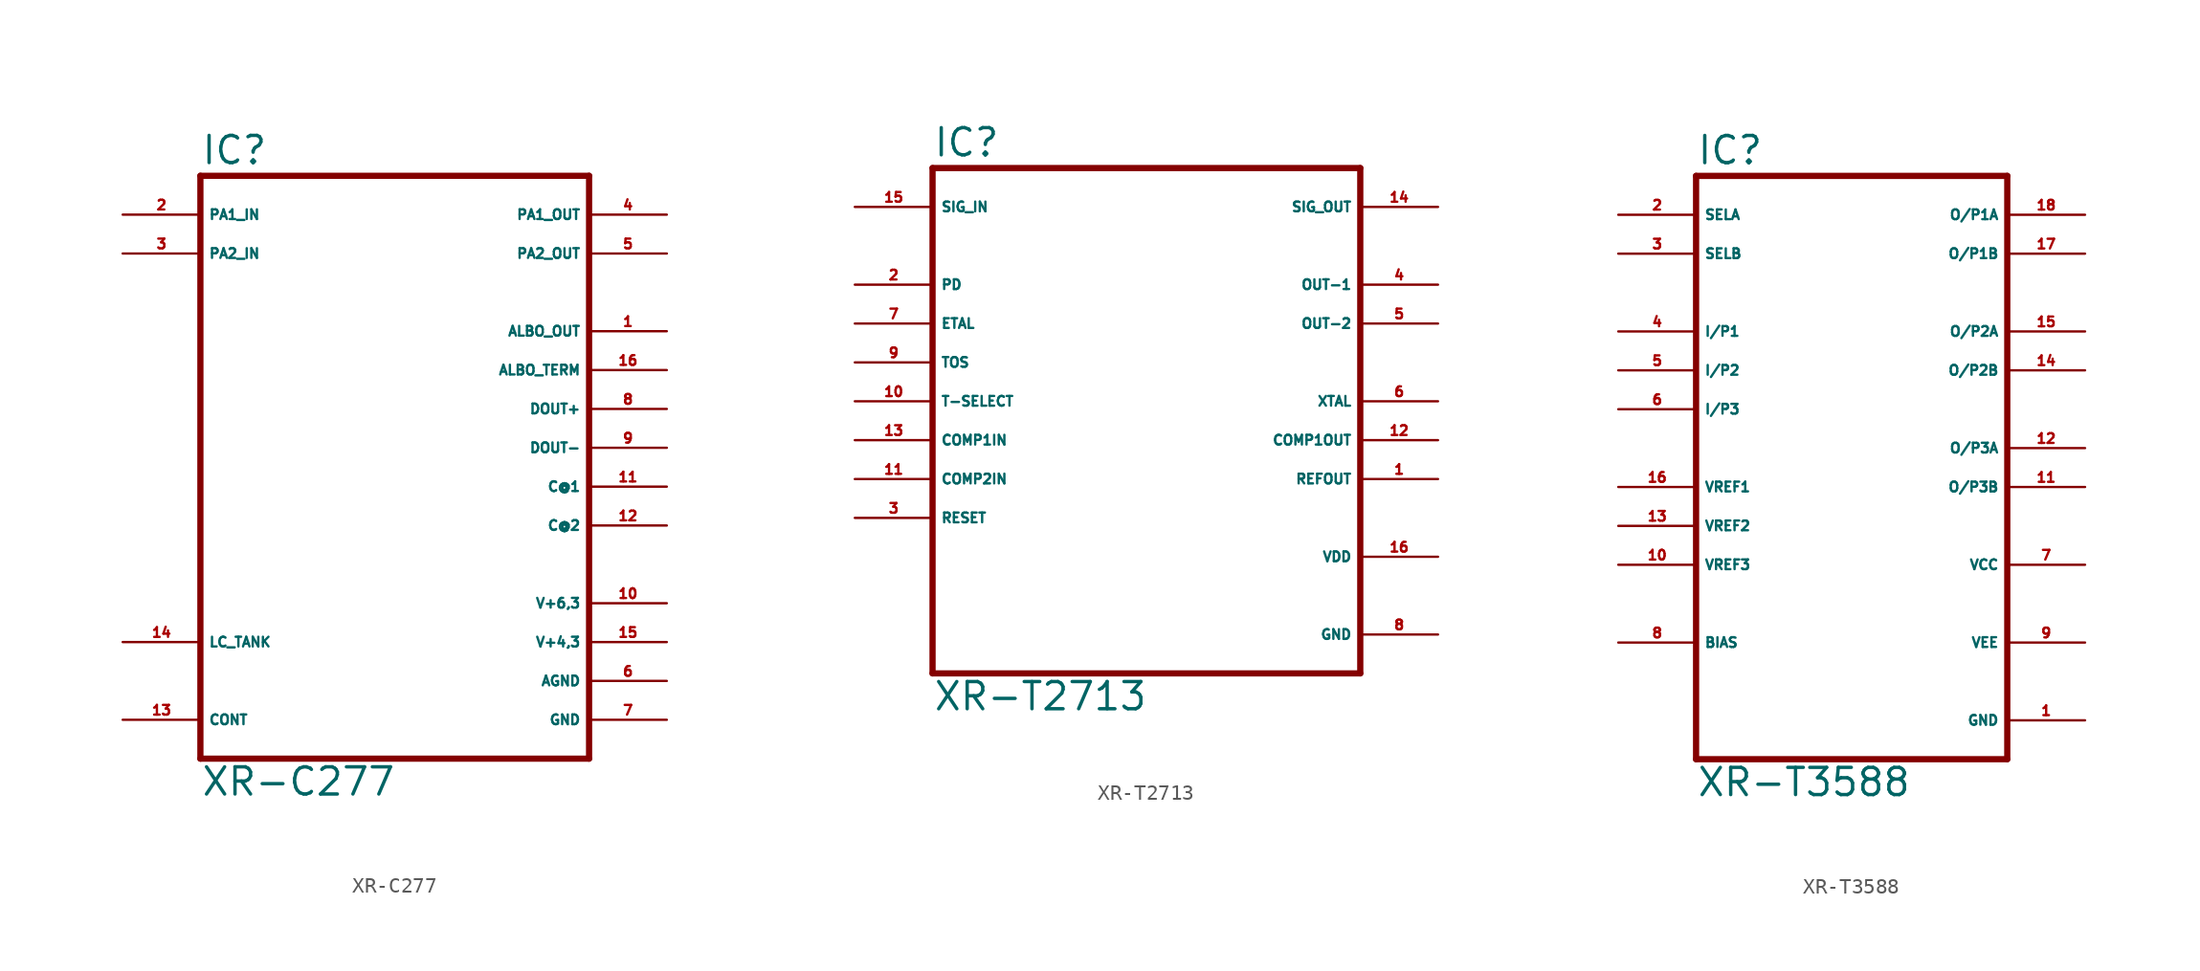
<source format=kicad_sym>
(kicad_symbol_lib
  (version 20220914)
  (generator Eagle2Kicad)
  (symbol "XR-C277"
    (property "Reference" "IC"
      (at -12.7 20.955 0)
      (effects (font (size 1.778 1.778) (thickness 0.22)) (justify left bottom)))
    (property "Value" "XR-C277"
      (at -12.7 -20.32 0)
      (effects (font (size 1.778 1.778) (thickness 0.22)) (justify left bottom)))
    (polyline
      (pts (xy 12.7 -17.78) (xy -12.7 -17.78))
      (stroke (width 0.406) (type default))
      (fill (type none)))
    (polyline
      (pts (xy -12.7 -17.78) (xy -12.7 20.32))
      (stroke (width 0.406) (type default))
      (fill (type none)))
    (polyline
      (pts (xy -12.7 20.32) (xy 12.7 20.32))
      (stroke (width 0.406) (type default))
      (fill (type none)))
    (polyline
      (pts (xy 12.7 20.32) (xy 12.7 -17.78))
      (stroke (width 0.406) (type default))
      (fill (type none)))
    (pin input line
      (at -17.78 17.78 0)
      (length 5.08)
      (name "PA1_IN" (effects (font (size 0.635 0.635) (thickness 0.08)) (justify left bottom)))
      (number "2" (effects (font (size 0.635 0.635) (thickness 0.08)) (justify left bottom))))
    (pin input line
      (at -17.78 15.24 0)
      (length 5.08)
      (name "PA2_IN" (effects (font (size 0.635 0.635) (thickness 0.08)) (justify left bottom)))
      (number "3" (effects (font (size 0.635 0.635) (thickness 0.08)) (justify left bottom))))
    (pin output line
      (at 17.78 2.54 180)
      (length 5.08)
      (name "DOUT-" (effects (font (size 0.635 0.635) (thickness 0.08)) (justify left bottom)))
      (number "9" (effects (font (size 0.635 0.635) (thickness 0.08)) (justify left bottom))))
    (pin output line
      (at 17.78 0 180)
      (length 5.08)
      (name "C@1" (effects (font (size 0.635 0.635) (thickness 0.08)) (justify left bottom)))
      (number "11" (effects (font (size 0.635 0.635) (thickness 0.08)) (justify left bottom))))
    (pin output line
      (at 17.78 17.78 180)
      (length 5.08)
      (name "PA1_OUT" (effects (font (size 0.635 0.635) (thickness 0.08)) (justify left bottom)))
      (number "4" (effects (font (size 0.635 0.635) (thickness 0.08)) (justify left bottom))))
    (pin output line
      (at 17.78 15.24 180)
      (length 5.08)
      (name "PA2_OUT" (effects (font (size 0.635 0.635) (thickness 0.08)) (justify left bottom)))
      (number "5" (effects (font (size 0.635 0.635) (thickness 0.08)) (justify left bottom))))
    (pin output line
      (at 17.78 10.16 180)
      (length 5.08)
      (name "ALBO_OUT" (effects (font (size 0.635 0.635) (thickness 0.08)) (justify left bottom)))
      (number "1" (effects (font (size 0.635 0.635) (thickness 0.08)) (justify left bottom))))
    (pin output line
      (at 17.78 7.62 180)
      (length 5.08)
      (name "ALBO_TERM" (effects (font (size 0.635 0.635) (thickness 0.08)) (justify left bottom)))
      (number "16" (effects (font (size 0.635 0.635) (thickness 0.08)) (justify left bottom))))
    (pin output line
      (at 17.78 5.08 180)
      (length 5.08)
      (name "DOUT+" (effects (font (size 0.635 0.635) (thickness 0.08)) (justify left bottom)))
      (number "8" (effects (font (size 0.635 0.635) (thickness 0.08)) (justify left bottom))))
    (pin input line
      (at -17.78 -10.16 0)
      (length 5.08)
      (name "LC_TANK" (effects (font (size 0.635 0.635) (thickness 0.08)) (justify left bottom)))
      (number "14" (effects (font (size 0.635 0.635) (thickness 0.08)) (justify left bottom))))
    (pin passive line
      (at -17.78 -15.24 0)
      (length 5.08)
      (name "CONT" (effects (font (size 0.635 0.635) (thickness 0.08)) (justify left bottom)))
      (number "13" (effects (font (size 0.635 0.635) (thickness 0.08)) (justify left bottom))))
    (pin output line
      (at 17.78 -2.54 180)
      (length 5.08)
      (name "C@2" (effects (font (size 0.635 0.635) (thickness 0.08)) (justify left bottom)))
      (number "12" (effects (font (size 0.635 0.635) (thickness 0.08)) (justify left bottom))))
    (pin unspecified line
      (at 17.78 -7.62 180)
      (length 5.08)
      (name "V+6,3" (effects (font (size 0.635 0.635) (thickness 0.08)) (justify left bottom)))
      (number "10" (effects (font (size 0.635 0.635) (thickness 0.08)) (justify left bottom))))
    (pin unspecified line
      (at 17.78 -10.16 180)
      (length 5.08)
      (name "V+4,3" (effects (font (size 0.635 0.635) (thickness 0.08)) (justify left bottom)))
      (number "15" (effects (font (size 0.635 0.635) (thickness 0.08)) (justify left bottom))))
    (pin unspecified line
      (at 17.78 -12.7 180)
      (length 5.08)
      (name "AGND" (effects (font (size 0.635 0.635) (thickness 0.08)) (justify left bottom)))
      (number "6" (effects (font (size 0.635 0.635) (thickness 0.08)) (justify left bottom))))
    (pin unspecified line
      (at 17.78 -15.24 180)
      (length 5.08)
      (name "GND" (effects (font (size 0.635 0.635) (thickness 0.08)) (justify left bottom)))
      (number "7" (effects (font (size 0.635 0.635) (thickness 0.08)) (justify left bottom)))))
  (symbol "XR-T2713"
    (property "Reference" "IC"
      (at -15.24 15.875 0)
      (effects (font (size 1.778 1.778) (thickness 0.22)) (justify left bottom)))
    (property "Value" "XR-T2713"
      (at -15.24 -20.32 0)
      (effects (font (size 1.778 1.778) (thickness 0.22)) (justify left bottom)))
    (polyline
      (pts (xy 12.7 -17.78) (xy -15.24 -17.78))
      (stroke (width 0.406) (type default))
      (fill (type none)))
    (polyline
      (pts (xy -15.24 -17.78) (xy -15.24 15.24))
      (stroke (width 0.406) (type default))
      (fill (type none)))
    (polyline
      (pts (xy -15.24 15.24) (xy 12.7 15.24))
      (stroke (width 0.406) (type default))
      (fill (type none)))
    (polyline
      (pts (xy 12.7 15.24) (xy 12.7 -17.78))
      (stroke (width 0.406) (type default))
      (fill (type none)))
    (pin input line
      (at -20.32 7.62 0)
      (length 5.08)
      (name "PD" (effects (font (size 0.635 0.635) (thickness 0.08)) (justify left bottom)))
      (number "2" (effects (font (size 0.635 0.635) (thickness 0.08)) (justify left bottom))))
    (pin input line
      (at -20.32 5.08 0)
      (length 5.08)
      (name "ETAL" (effects (font (size 0.635 0.635) (thickness 0.08)) (justify left bottom)))
      (number "7" (effects (font (size 0.635 0.635) (thickness 0.08)) (justify left bottom))))
    (pin input line
      (at -20.32 2.54 0)
      (length 5.08)
      (name "TOS" (effects (font (size 0.635 0.635) (thickness 0.08)) (justify left bottom)))
      (number "9" (effects (font (size 0.635 0.635) (thickness 0.08)) (justify left bottom))))
    (pin input line
      (at -20.32 0 0)
      (length 5.08)
      (name "T-SELECT" (effects (font (size 0.635 0.635) (thickness 0.08)) (justify left bottom)))
      (number "10" (effects (font (size 0.635 0.635) (thickness 0.08)) (justify left bottom))))
    (pin input line
      (at -20.32 -5.08 0)
      (length 5.08)
      (name "COMP2IN" (effects (font (size 0.635 0.635) (thickness 0.08)) (justify left bottom)))
      (number "11" (effects (font (size 0.635 0.635) (thickness 0.08)) (justify left bottom))))
    (pin input line
      (at -20.32 -2.54 0)
      (length 5.08)
      (name "COMP1IN" (effects (font (size 0.635 0.635) (thickness 0.08)) (justify left bottom)))
      (number "13" (effects (font (size 0.635 0.635) (thickness 0.08)) (justify left bottom))))
    (pin input line
      (at -20.32 -7.62 0)
      (length 5.08)
      (name "RESET" (effects (font (size 0.635 0.635) (thickness 0.08)) (justify left bottom)))
      (number "3" (effects (font (size 0.635 0.635) (thickness 0.08)) (justify left bottom))))
    (pin input line
      (at -20.32 12.7 0)
      (length 5.08)
      (name "SIG_IN" (effects (font (size 0.635 0.635) (thickness 0.08)) (justify left bottom)))
      (number "15" (effects (font (size 0.635 0.635) (thickness 0.08)) (justify left bottom))))
    (pin output line
      (at 17.78 7.62 180)
      (length 5.08)
      (name "OUT-1" (effects (font (size 0.635 0.635) (thickness 0.08)) (justify left bottom)))
      (number "4" (effects (font (size 0.635 0.635) (thickness 0.08)) (justify left bottom))))
    (pin output line
      (at 17.78 5.08 180)
      (length 5.08)
      (name "OUT-2" (effects (font (size 0.635 0.635) (thickness 0.08)) (justify left bottom)))
      (number "5" (effects (font (size 0.635 0.635) (thickness 0.08)) (justify left bottom))))
    (pin output line
      (at 17.78 0 180)
      (length 5.08)
      (name "XTAL" (effects (font (size 0.635 0.635) (thickness 0.08)) (justify left bottom)))
      (number "6" (effects (font (size 0.635 0.635) (thickness 0.08)) (justify left bottom))))
    (pin output line
      (at 17.78 -2.54 180)
      (length 5.08)
      (name "COMP1OUT" (effects (font (size 0.635 0.635) (thickness 0.08)) (justify left bottom)))
      (number "12" (effects (font (size 0.635 0.635) (thickness 0.08)) (justify left bottom))))
    (pin output line
      (at 17.78 12.7 180)
      (length 5.08)
      (name "SIG_OUT" (effects (font (size 0.635 0.635) (thickness 0.08)) (justify left bottom)))
      (number "14" (effects (font (size 0.635 0.635) (thickness 0.08)) (justify left bottom))))
    (pin unspecified line
      (at 17.78 -10.16 180)
      (length 5.08)
      (name "VDD" (effects (font (size 0.635 0.635) (thickness 0.08)) (justify left bottom)))
      (number "16" (effects (font (size 0.635 0.635) (thickness 0.08)) (justify left bottom))))
    (pin unspecified line
      (at 17.78 -15.24 180)
      (length 5.08)
      (name "GND" (effects (font (size 0.635 0.635) (thickness 0.08)) (justify left bottom)))
      (number "8" (effects (font (size 0.635 0.635) (thickness 0.08)) (justify left bottom))))
    (pin output line
      (at 17.78 -5.08 180)
      (length 5.08)
      (name "REFOUT" (effects (font (size 0.635 0.635) (thickness 0.08)) (justify left bottom)))
      (number "1" (effects (font (size 0.635 0.635) (thickness 0.08)) (justify left bottom)))))
  (symbol "XR-T3588"
    (property "Reference" "IC"
      (at -10.16 18.415 0)
      (effects (font (size 1.778 1.778) (thickness 0.22)) (justify left bottom)))
    (property "Value" "XR-T3588"
      (at -10.16 -22.86 0)
      (effects (font (size 1.778 1.778) (thickness 0.22)) (justify left bottom)))
    (polyline
      (pts (xy 10.16 -20.32) (xy -10.16 -20.32))
      (stroke (width 0.406) (type default))
      (fill (type none)))
    (polyline
      (pts (xy -10.16 -20.32) (xy -10.16 17.78))
      (stroke (width 0.406) (type default))
      (fill (type none)))
    (polyline
      (pts (xy -10.16 17.78) (xy 10.16 17.78))
      (stroke (width 0.406) (type default))
      (fill (type none)))
    (polyline
      (pts (xy 10.16 17.78) (xy 10.16 -20.32))
      (stroke (width 0.406) (type default))
      (fill (type none)))
    (pin input line
      (at -15.24 15.24 0)
      (length 5.08)
      (name "SELA" (effects (font (size 0.635 0.635) (thickness 0.08)) (justify left bottom)))
      (number "2" (effects (font (size 0.635 0.635) (thickness 0.08)) (justify left bottom))))
    (pin input line
      (at -15.24 12.7 0)
      (length 5.08)
      (name "SELB" (effects (font (size 0.635 0.635) (thickness 0.08)) (justify left bottom)))
      (number "3" (effects (font (size 0.635 0.635) (thickness 0.08)) (justify left bottom))))
    (pin input line
      (at -15.24 7.62 0)
      (length 5.08)
      (name "I/P1" (effects (font (size 0.635 0.635) (thickness 0.08)) (justify left bottom)))
      (number "4" (effects (font (size 0.635 0.635) (thickness 0.08)) (justify left bottom))))
    (pin input line
      (at -15.24 5.08 0)
      (length 5.08)
      (name "I/P2" (effects (font (size 0.635 0.635) (thickness 0.08)) (justify left bottom)))
      (number "5" (effects (font (size 0.635 0.635) (thickness 0.08)) (justify left bottom))))
    (pin input line
      (at -15.24 2.54 0)
      (length 5.08)
      (name "I/P3" (effects (font (size 0.635 0.635) (thickness 0.08)) (justify left bottom)))
      (number "6" (effects (font (size 0.635 0.635) (thickness 0.08)) (justify left bottom))))
    (pin input line
      (at -15.24 -2.54 0)
      (length 5.08)
      (name "VREF1" (effects (font (size 0.635 0.635) (thickness 0.08)) (justify left bottom)))
      (number "16" (effects (font (size 0.635 0.635) (thickness 0.08)) (justify left bottom))))
    (pin input line
      (at -15.24 -5.08 0)
      (length 5.08)
      (name "VREF2" (effects (font (size 0.635 0.635) (thickness 0.08)) (justify left bottom)))
      (number "13" (effects (font (size 0.635 0.635) (thickness 0.08)) (justify left bottom))))
    (pin input line
      (at -15.24 -7.62 0)
      (length 5.08)
      (name "VREF3" (effects (font (size 0.635 0.635) (thickness 0.08)) (justify left bottom)))
      (number "10" (effects (font (size 0.635 0.635) (thickness 0.08)) (justify left bottom))))
    (pin input line
      (at -15.24 -12.7 0)
      (length 5.08)
      (name "BIAS" (effects (font (size 0.635 0.635) (thickness 0.08)) (justify left bottom)))
      (number "8" (effects (font (size 0.635 0.635) (thickness 0.08)) (justify left bottom))))
    (pin output line
      (at 15.24 15.24 180)
      (length 5.08)
      (name "O/P1A" (effects (font (size 0.635 0.635) (thickness 0.08)) (justify left bottom)))
      (number "18" (effects (font (size 0.635 0.635) (thickness 0.08)) (justify left bottom))))
    (pin output line
      (at 15.24 12.7 180)
      (length 5.08)
      (name "O/P1B" (effects (font (size 0.635 0.635) (thickness 0.08)) (justify left bottom)))
      (number "17" (effects (font (size 0.635 0.635) (thickness 0.08)) (justify left bottom))))
    (pin output line
      (at 15.24 7.62 180)
      (length 5.08)
      (name "O/P2A" (effects (font (size 0.635 0.635) (thickness 0.08)) (justify left bottom)))
      (number "15" (effects (font (size 0.635 0.635) (thickness 0.08)) (justify left bottom))))
    (pin output line
      (at 15.24 5.08 180)
      (length 5.08)
      (name "O/P2B" (effects (font (size 0.635 0.635) (thickness 0.08)) (justify left bottom)))
      (number "14" (effects (font (size 0.635 0.635) (thickness 0.08)) (justify left bottom))))
    (pin output line
      (at 15.24 0 180)
      (length 5.08)
      (name "O/P3A" (effects (font (size 0.635 0.635) (thickness 0.08)) (justify left bottom)))
      (number "12" (effects (font (size 0.635 0.635) (thickness 0.08)) (justify left bottom))))
    (pin output line
      (at 15.24 -2.54 180)
      (length 5.08)
      (name "O/P3B" (effects (font (size 0.635 0.635) (thickness 0.08)) (justify left bottom)))
      (number "11" (effects (font (size 0.635 0.635) (thickness 0.08)) (justify left bottom))))
    (pin unspecified line
      (at 15.24 -7.62 180)
      (length 5.08)
      (name "VCC" (effects (font (size 0.635 0.635) (thickness 0.08)) (justify left bottom)))
      (number "7" (effects (font (size 0.635 0.635) (thickness 0.08)) (justify left bottom))))
    (pin unspecified line
      (at 15.24 -12.7 180)
      (length 5.08)
      (name "VEE" (effects (font (size 0.635 0.635) (thickness 0.08)) (justify left bottom)))
      (number "9" (effects (font (size 0.635 0.635) (thickness 0.08)) (justify left bottom))))
    (pin unspecified line
      (at 15.24 -17.78 180)
      (length 5.08)
      (name "GND" (effects (font (size 0.635 0.635) (thickness 0.08)) (justify left bottom)))
      (number "1" (effects (font (size 0.635 0.635) (thickness 0.08)) (justify left bottom))))))
</source>
